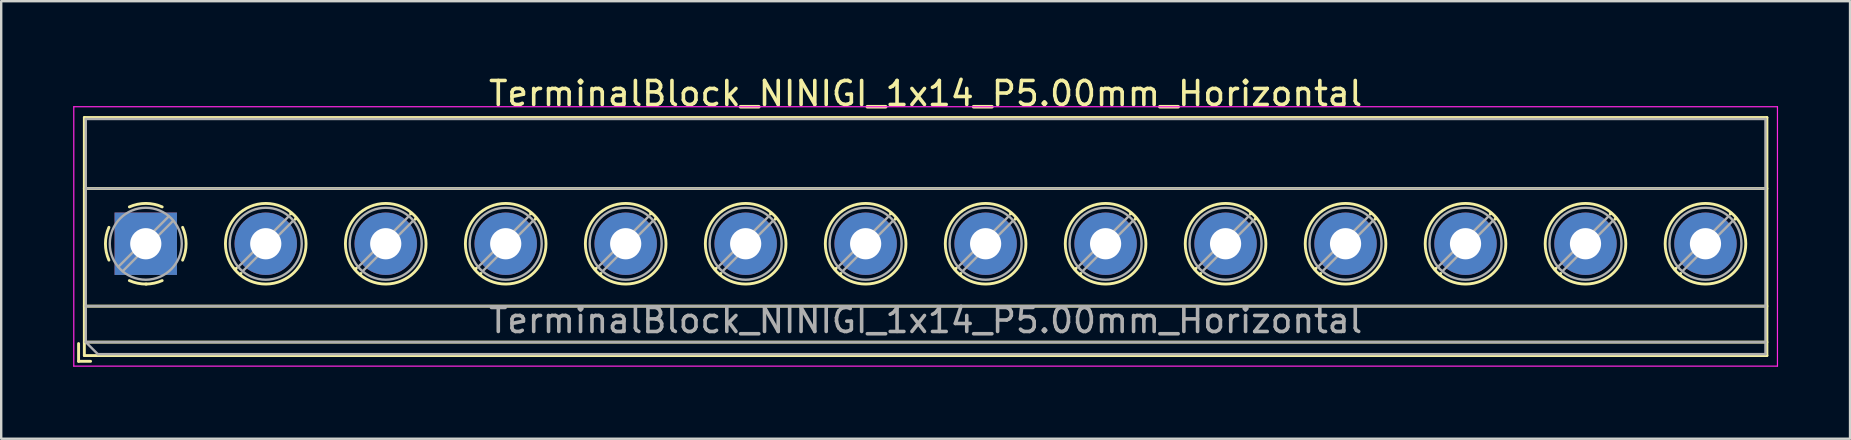
<source format=kicad_pcb>
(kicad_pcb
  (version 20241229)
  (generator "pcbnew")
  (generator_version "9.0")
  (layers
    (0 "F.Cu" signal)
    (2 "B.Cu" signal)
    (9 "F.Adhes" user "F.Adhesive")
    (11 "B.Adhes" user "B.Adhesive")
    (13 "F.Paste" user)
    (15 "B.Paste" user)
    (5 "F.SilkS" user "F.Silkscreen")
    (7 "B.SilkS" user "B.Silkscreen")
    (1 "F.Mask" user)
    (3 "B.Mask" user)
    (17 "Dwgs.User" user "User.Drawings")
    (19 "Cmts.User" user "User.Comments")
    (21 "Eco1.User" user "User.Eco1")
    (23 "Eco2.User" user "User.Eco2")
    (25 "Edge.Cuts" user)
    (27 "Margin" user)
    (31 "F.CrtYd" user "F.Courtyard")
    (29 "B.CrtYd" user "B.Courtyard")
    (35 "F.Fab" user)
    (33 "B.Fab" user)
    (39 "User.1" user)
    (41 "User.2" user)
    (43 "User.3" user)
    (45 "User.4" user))
  (footprint "TerminalBlock_NINIGI_1x14_P5.00mm_Horizontal"
    (layer "F.Cu")
    (at 3.025 7.108)
    (property "Reference" "TerminalBlock_NINIGI_1x14_P5.00mm_Horizontal" (at 32.5 -6.26 0) (layer "F.SilkS") (effects (font (size 1 1) (thickness 0.15))))
    (attr through_hole)
    (fp_line (start -2.8 4.16) (end -2.8 4.9) (stroke (width 0.12) (type solid)) (layer "F.SilkS"))
    (fp_line (start -2.8 4.9) (end -2.3 4.9) (stroke (width 0.12) (type solid)) (layer "F.SilkS"))
    (fp_line (start -2.56 -5.261) (end -2.56 4.66) (stroke (width 0.12) (type solid)) (layer "F.SilkS"))
    (fp_line (start -2.56 -5.261) (end 67.56 -5.261) (stroke (width 0.12) (type solid)) (layer "F.SilkS"))
    (fp_line (start -2.56 -2.301) (end 67.56 -2.301) (stroke (width 0.12) (type solid)) (layer "F.SilkS"))
    (fp_line (start -2.56 2.6) (end 67.56 2.6) (stroke (width 0.12) (type solid)) (layer "F.SilkS"))
    (fp_line (start -2.56 4.1) (end 67.56 4.1) (stroke (width 0.12) (type solid)) (layer "F.SilkS"))
    (fp_line (start -2.56 4.66) (end 67.56 4.66) (stroke (width 0.12) (type solid)) (layer "F.SilkS"))
    (fp_line (start 3.773 1.023) (end 3.726 1.069) (stroke (width 0.12) (type solid)) (layer "F.SilkS"))
    (fp_line (start 3.966 1.239) (end 3.931 1.274) (stroke (width 0.12) (type solid)) (layer "F.SilkS"))
    (fp_line (start 6.07 -1.275) (end 6.035 -1.239) (stroke (width 0.12) (type solid)) (layer "F.SilkS"))
    (fp_line (start 6.275 -1.069) (end 6.228 -1.023) (stroke (width 0.12) (type solid)) (layer "F.SilkS"))
    (fp_line (start 8.773 1.023) (end 8.726 1.069) (stroke (width 0.12) (type solid)) (layer "F.SilkS"))
    (fp_line (start 8.966 1.239) (end 8.931 1.274) (stroke (width 0.12) (type solid)) (layer "F.SilkS"))
    (fp_line (start 11.07 -1.275) (end 11.035 -1.239) (stroke (width 0.12) (type solid)) (layer "F.SilkS"))
    (fp_line (start 11.275 -1.069) (end 11.228 -1.023) (stroke (width 0.12) (type solid)) (layer "F.SilkS"))
    (fp_line (start 13.773 1.023) (end 13.726 1.069) (stroke (width 0.12) (type solid)) (layer "F.SilkS"))
    (fp_line (start 13.966 1.239) (end 13.931 1.274) (stroke (width 0.12) (type solid)) (layer "F.SilkS"))
    (fp_line (start 16.07 -1.275) (end 16.035 -1.239) (stroke (width 0.12) (type solid)) (layer "F.SilkS"))
    (fp_line (start 16.275 -1.069) (end 16.228 -1.023) (stroke (width 0.12) (type solid)) (layer "F.SilkS"))
    (fp_line (start 18.773 1.023) (end 18.726 1.069) (stroke (width 0.12) (type solid)) (layer "F.SilkS"))
    (fp_line (start 18.966 1.239) (end 18.931 1.274) (stroke (width 0.12) (type solid)) (layer "F.SilkS"))
    (fp_line (start 21.07 -1.275) (end 21.035 -1.239) (stroke (width 0.12) (type solid)) (layer "F.SilkS"))
    (fp_line (start 21.275 -1.069) (end 21.228 -1.023) (stroke (width 0.12) (type solid)) (layer "F.SilkS"))
    (fp_line (start 23.773 1.023) (end 23.726 1.069) (stroke (width 0.12) (type solid)) (layer "F.SilkS"))
    (fp_line (start 23.966 1.239) (end 23.931 1.274) (stroke (width 0.12) (type solid)) (layer "F.SilkS"))
    (fp_line (start 26.07 -1.275) (end 26.035 -1.239) (stroke (width 0.12) (type solid)) (layer "F.SilkS"))
    (fp_line (start 26.275 -1.069) (end 26.228 -1.023) (stroke (width 0.12) (type solid)) (layer "F.SilkS"))
    (fp_line (start 28.773 1.023) (end 28.726 1.069) (stroke (width 0.12) (type solid)) (layer "F.SilkS"))
    (fp_line (start 28.966 1.239) (end 28.931 1.274) (stroke (width 0.12) (type solid)) (layer "F.SilkS"))
    (fp_line (start 31.07 -1.275) (end 31.035 -1.239) (stroke (width 0.12) (type solid)) (layer "F.SilkS"))
    (fp_line (start 31.275 -1.069) (end 31.228 -1.023) (stroke (width 0.12) (type solid)) (layer "F.SilkS"))
    (fp_line (start 33.773 1.023) (end 33.726 1.069) (stroke (width 0.12) (type solid)) (layer "F.SilkS"))
    (fp_line (start 33.966 1.239) (end 33.931 1.274) (stroke (width 0.12) (type solid)) (layer "F.SilkS"))
    (fp_line (start 36.07 -1.275) (end 36.035 -1.239) (stroke (width 0.12) (type solid)) (layer "F.SilkS"))
    (fp_line (start 36.275 -1.069) (end 36.228 -1.023) (stroke (width 0.12) (type solid)) (layer "F.SilkS"))
    (fp_line (start 38.773 1.023) (end 38.726 1.069) (stroke (width 0.12) (type solid)) (layer "F.SilkS"))
    (fp_line (start 38.966 1.239) (end 38.931 1.274) (stroke (width 0.12) (type solid)) (layer "F.SilkS"))
    (fp_line (start 41.07 -1.275) (end 41.035 -1.239) (stroke (width 0.12) (type solid)) (layer "F.SilkS"))
    (fp_line (start 41.275 -1.069) (end 41.228 -1.023) (stroke (width 0.12) (type solid)) (layer "F.SilkS"))
    (fp_line (start 43.773 1.023) (end 43.726 1.069) (stroke (width 0.12) (type solid)) (layer "F.SilkS"))
    (fp_line (start 43.966 1.239) (end 43.931 1.274) (stroke (width 0.12) (type solid)) (layer "F.SilkS"))
    (fp_line (start 46.07 -1.275) (end 46.035 -1.239) (stroke (width 0.12) (type solid)) (layer "F.SilkS"))
    (fp_line (start 46.275 -1.069) (end 46.228 -1.023) (stroke (width 0.12) (type solid)) (layer "F.SilkS"))
    (fp_line (start 48.773 1.023) (end 48.726 1.069) (stroke (width 0.12) (type solid)) (layer "F.SilkS"))
    (fp_line (start 48.966 1.239) (end 48.931 1.274) (stroke (width 0.12) (type solid)) (layer "F.SilkS"))
    (fp_line (start 51.07 -1.275) (end 51.035 -1.239) (stroke (width 0.12) (type solid)) (layer "F.SilkS"))
    (fp_line (start 51.275 -1.069) (end 51.228 -1.023) (stroke (width 0.12) (type solid)) (layer "F.SilkS"))
    (fp_line (start 53.773 1.023) (end 53.726 1.069) (stroke (width 0.12) (type solid)) (layer "F.SilkS"))
    (fp_line (start 53.966 1.239) (end 53.931 1.274) (stroke (width 0.12) (type solid)) (layer "F.SilkS"))
    (fp_line (start 56.07 -1.275) (end 56.035 -1.239) (stroke (width 0.12) (type solid)) (layer "F.SilkS"))
    (fp_line (start 56.275 -1.069) (end 56.228 -1.023) (stroke (width 0.12) (type solid)) (layer "F.SilkS"))
    (fp_line (start 58.773 1.023) (end 58.726 1.069) (stroke (width 0.12) (type solid)) (layer "F.SilkS"))
    (fp_line (start 58.966 1.239) (end 58.931 1.274) (stroke (width 0.12) (type solid)) (layer "F.SilkS"))
    (fp_line (start 61.07 -1.275) (end 61.035 -1.239) (stroke (width 0.12) (type solid)) (layer "F.SilkS"))
    (fp_line (start 61.275 -1.069) (end 61.228 -1.023) (stroke (width 0.12) (type solid)) (layer "F.SilkS"))
    (fp_line (start 63.773 1.023) (end 63.726 1.069) (stroke (width 0.12) (type solid)) (layer "F.SilkS"))
    (fp_line (start 63.966 1.239) (end 63.931 1.274) (stroke (width 0.12) (type solid)) (layer "F.SilkS"))
    (fp_line (start 66.07 -1.275) (end 66.035 -1.239) (stroke (width 0.12) (type solid)) (layer "F.SilkS"))
    (fp_line (start 66.275 -1.069) (end 66.228 -1.023) (stroke (width 0.12) (type solid)) (layer "F.SilkS"))
    (fp_line (start 67.56 -5.261) (end 67.56 4.66) (stroke (width 0.12) (type solid)) (layer "F.SilkS"))
    (fp_arc (start -1.535427 0.683042) (mid -1.680501 -0.000524) (end -1.535 -0.684) (stroke (width 0.12) (type solid)) (layer "F.SilkS"))
    (fp_arc (start -0.683042 -1.535427) (mid 0.000524 -1.680501) (end 0.684 -1.535) (stroke (width 0.12) (type solid)) (layer "F.SilkS"))
    (fp_arc (start 0.028805 1.680253) (mid -0.335551 1.646659) (end -0.684 1.535) (stroke (width 0.12) (type solid)) (layer "F.SilkS"))
    (fp_arc (start 0.683318 1.534756) (mid 0.349292 1.643288) (end 0 1.68) (stroke (width 0.12) (type solid)) (layer "F.SilkS"))
    (fp_arc (start 1.535427 -0.683042) (mid 1.680501 0.000524) (end 1.535 0.684) (stroke (width 0.12) (type solid)) (layer "F.SilkS"))
    (fp_circle (center 5 0) (end 6.68 0) (stroke (width 0.12) (type solid)) (fill no) (layer "F.SilkS"))
    (fp_circle (center 10 0) (end 11.68 0) (stroke (width 0.12) (type solid)) (fill no) (layer "F.SilkS"))
    (fp_circle (center 15 0) (end 16.68 0) (stroke (width 0.12) (type solid)) (fill no) (layer "F.SilkS"))
    (fp_circle (center 20 0) (end 21.68 0) (stroke (width 0.12) (type solid)) (fill no) (layer "F.SilkS"))
    (fp_circle (center 25 0) (end 26.68 0) (stroke (width 0.12) (type solid)) (fill no) (layer "F.SilkS"))
    (fp_circle (center 30 0) (end 31.68 0) (stroke (width 0.12) (type solid)) (fill no) (layer "F.SilkS"))
    (fp_circle (center 35 0) (end 36.68 0) (stroke (width 0.12) (type solid)) (fill no) (layer "F.SilkS"))
    (fp_circle (center 40 0) (end 41.68 0) (stroke (width 0.12) (type solid)) (fill no) (layer "F.SilkS"))
    (fp_circle (center 45 0) (end 46.68 0) (stroke (width 0.12) (type solid)) (fill no) (layer "F.SilkS"))
    (fp_circle (center 50 0) (end 51.68 0) (stroke (width 0.12) (type solid)) (fill no) (layer "F.SilkS"))
    (fp_circle (center 55 0) (end 56.68 0) (stroke (width 0.12) (type solid)) (fill no) (layer "F.SilkS"))
    (fp_circle (center 60 0) (end 61.68 0) (stroke (width 0.12) (type solid)) (fill no) (layer "F.SilkS"))
    (fp_circle (center 65 0) (end 66.68 0) (stroke (width 0.12) (type solid)) (fill no) (layer "F.SilkS"))
    (fp_line (start -3 -5.71) (end -3 5.1) (stroke (width 0.05) (type solid)) (layer "F.CrtYd"))
    (fp_line (start -3 5.1) (end 68 5.1) (stroke (width 0.05) (type solid)) (layer "F.CrtYd"))
    (fp_line (start 68 -5.71) (end -3 -5.71) (stroke (width 0.05) (type solid)) (layer "F.CrtYd"))
    (fp_line (start 68 5.1) (end 68 -5.71) (stroke (width 0.05) (type solid)) (layer "F.CrtYd"))
    (fp_line (start -2.5 -5.2) (end 67.5 -5.2) (stroke (width 0.1) (type solid)) (layer "F.Fab"))
    (fp_line (start -2.5 -2.3) (end 67.5 -2.3) (stroke (width 0.1) (type solid)) (layer "F.Fab"))
    (fp_line (start -2.5 2.6) (end 67.5 2.6) (stroke (width 0.1) (type solid)) (layer "F.Fab"))
    (fp_line (start -2.5 4.1) (end -2.5 -5.2) (stroke (width 0.1) (type solid)) (layer "F.Fab"))
    (fp_line (start -2.5 4.1) (end 67.5 4.1) (stroke (width 0.1) (type solid)) (layer "F.Fab"))
    (fp_line (start -2 4.6) (end -2.5 4.1) (stroke (width 0.1) (type solid)) (layer "F.Fab"))
    (fp_line (start 0.955 -1.138) (end -1.138 0.955) (stroke (width 0.1) (type solid)) (layer "F.Fab"))
    (fp_line (start 1.138 -0.955) (end -0.955 1.138) (stroke (width 0.1) (type solid)) (layer "F.Fab"))
    (fp_line (start 5.955 -1.138) (end 3.863 0.955) (stroke (width 0.1) (type solid)) (layer "F.Fab"))
    (fp_line (start 6.138 -0.955) (end 4.046 1.138) (stroke (width 0.1) (type solid)) (layer "F.Fab"))
    (fp_line (start 10.955 -1.138) (end 8.863 0.955) (stroke (width 0.1) (type solid)) (layer "F.Fab"))
    (fp_line (start 11.138 -0.955) (end 9.046 1.138) (stroke (width 0.1) (type solid)) (layer "F.Fab"))
    (fp_line (start 15.955 -1.138) (end 13.863 0.955) (stroke (width 0.1) (type solid)) (layer "F.Fab"))
    (fp_line (start 16.138 -0.955) (end 14.046 1.138) (stroke (width 0.1) (type solid)) (layer "F.Fab"))
    (fp_line (start 20.955 -1.138) (end 18.863 0.955) (stroke (width 0.1) (type solid)) (layer "F.Fab"))
    (fp_line (start 21.138 -0.955) (end 19.046 1.138) (stroke (width 0.1) (type solid)) (layer "F.Fab"))
    (fp_line (start 25.955 -1.138) (end 23.863 0.955) (stroke (width 0.1) (type solid)) (layer "F.Fab"))
    (fp_line (start 26.138 -0.955) (end 24.046 1.138) (stroke (width 0.1) (type solid)) (layer "F.Fab"))
    (fp_line (start 30.955 -1.138) (end 28.863 0.955) (stroke (width 0.1) (type solid)) (layer "F.Fab"))
    (fp_line (start 31.138 -0.955) (end 29.046 1.138) (stroke (width 0.1) (type solid)) (layer "F.Fab"))
    (fp_line (start 35.955 -1.138) (end 33.863 0.955) (stroke (width 0.1) (type solid)) (layer "F.Fab"))
    (fp_line (start 36.138 -0.955) (end 34.046 1.138) (stroke (width 0.1) (type solid)) (layer "F.Fab"))
    (fp_line (start 40.955 -1.138) (end 38.863 0.955) (stroke (width 0.1) (type solid)) (layer "F.Fab"))
    (fp_line (start 41.138 -0.955) (end 39.046 1.138) (stroke (width 0.1) (type solid)) (layer "F.Fab"))
    (fp_line (start 45.955 -1.138) (end 43.863 0.955) (stroke (width 0.1) (type solid)) (layer "F.Fab"))
    (fp_line (start 46.138 -0.955) (end 44.046 1.138) (stroke (width 0.1) (type solid)) (layer "F.Fab"))
    (fp_line (start 50.955 -1.138) (end 48.863 0.955) (stroke (width 0.1) (type solid)) (layer "F.Fab"))
    (fp_line (start 51.138 -0.955) (end 49.046 1.138) (stroke (width 0.1) (type solid)) (layer "F.Fab"))
    (fp_line (start 55.955 -1.138) (end 53.863 0.955) (stroke (width 0.1) (type solid)) (layer "F.Fab"))
    (fp_line (start 56.138 -0.955) (end 54.046 1.138) (stroke (width 0.1) (type solid)) (layer "F.Fab"))
    (fp_line (start 60.955 -1.138) (end 58.863 0.955) (stroke (width 0.1) (type solid)) (layer "F.Fab"))
    (fp_line (start 61.138 -0.955) (end 59.046 1.138) (stroke (width 0.1) (type solid)) (layer "F.Fab"))
    (fp_line (start 65.955 -1.138) (end 63.863 0.955) (stroke (width 0.1) (type solid)) (layer "F.Fab"))
    (fp_line (start 66.138 -0.955) (end 64.046 1.138) (stroke (width 0.1) (type solid)) (layer "F.Fab"))
    (fp_line (start 67.5 -5.2) (end 67.5 4.6) (stroke (width 0.1) (type solid)) (layer "F.Fab"))
    (fp_line (start 67.5 4.6) (end -2 4.6) (stroke (width 0.1) (type solid)) (layer "F.Fab"))
    (fp_circle (center 0 0) (end 1.5 0) (stroke (width 0.1) (type solid)) (fill no) (layer "F.Fab"))
    (fp_circle (center 5 0) (end 6.5 0) (stroke (width 0.1) (type solid)) (fill no) (layer "F.Fab"))
    (fp_circle (center 10 0) (end 11.5 0) (stroke (width 0.1) (type solid)) (fill no) (layer "F.Fab"))
    (fp_circle (center 15 0) (end 16.5 0) (stroke (width 0.1) (type solid)) (fill no) (layer "F.Fab"))
    (fp_circle (center 20 0) (end 21.5 0) (stroke (width 0.1) (type solid)) (fill no) (layer "F.Fab"))
    (fp_circle (center 25 0) (end 26.5 0) (stroke (width 0.1) (type solid)) (fill no) (layer "F.Fab"))
    (fp_circle (center 30 0) (end 31.5 0) (stroke (width 0.1) (type solid)) (fill no) (layer "F.Fab"))
    (fp_circle (center 35 0) (end 36.5 0) (stroke (width 0.1) (type solid)) (fill no) (layer "F.Fab"))
    (fp_circle (center 40 0) (end 41.5 0) (stroke (width 0.1) (type solid)) (fill no) (layer "F.Fab"))
    (fp_circle (center 45 0) (end 46.5 0) (stroke (width 0.1) (type solid)) (fill no) (layer "F.Fab"))
    (fp_circle (center 50 0) (end 51.5 0) (stroke (width 0.1) (type solid)) (fill no) (layer "F.Fab"))
    (fp_circle (center 55 0) (end 56.5 0) (stroke (width 0.1) (type solid)) (fill no) (layer "F.Fab"))
    (fp_circle (center 60 0) (end 61.5 0) (stroke (width 0.1) (type solid)) (fill no) (layer "F.Fab"))
    (fp_circle (center 65 0) (end 66.5 0) (stroke (width 0.1) (type solid)) (fill no) (layer "F.Fab"))
    (fp_text user "${REFERENCE}" (at 32.5 3.2 0) (layer "F.Fab") (effects (font (size 1 1) (thickness 0.15))))
    (pad "1" thru_hole rect (at 0 0) (size 2.6 2.6) (drill 1.3) (layers "*.Cu" "*.Mask"))
    (pad "2" thru_hole circle (at 5 0) (size 2.6 2.6) (drill 1.3) (layers "*.Cu" "*.Mask"))
    (pad "3" thru_hole circle (at 10 0) (size 2.6 2.6) (drill 1.3) (layers "*.Cu" "*.Mask"))
    (pad "4" thru_hole circle (at 15 0) (size 2.6 2.6) (drill 1.3) (layers "*.Cu" "*.Mask"))
    (pad "5" thru_hole circle (at 20 0) (size 2.6 2.6) (drill 1.3) (layers "*.Cu" "*.Mask"))
    (pad "6" thru_hole circle (at 25 0) (size 2.6 2.6) (drill 1.3) (layers "*.Cu" "*.Mask"))
    (pad "7" thru_hole circle (at 30 0) (size 2.6 2.6) (drill 1.3) (layers "*.Cu" "*.Mask"))
    (pad "8" thru_hole circle (at 35 0) (size 2.6 2.6) (drill 1.3) (layers "*.Cu" "*.Mask"))
    (pad "9" thru_hole circle (at 40 0) (size 2.6 2.6) (drill 1.3) (layers "*.Cu" "*.Mask"))
    (pad "10" thru_hole circle (at 45 0) (size 2.6 2.6) (drill 1.3) (layers "*.Cu" "*.Mask"))
    (pad "11" thru_hole circle (at 50 0) (size 2.6 2.6) (drill 1.3) (layers "*.Cu" "*.Mask"))
    (pad "12" thru_hole circle (at 55 0) (size 2.6 2.6) (drill 1.3) (layers "*.Cu" "*.Mask"))
    (pad "13" thru_hole circle (at 60 0) (size 2.6 2.6) (drill 1.3) (layers "*.Cu" "*.Mask"))
    (pad "14" thru_hole circle (at 65 0) (size 2.6 2.6) (drill 1.3) (layers "*.Cu" "*.Mask")))
  (gr_rect
    (start -3 -3)
    (end 74.05 15.233)
    (stroke (width 0.1) (type default))
    (fill no)
    (layer "Edge.Cuts")))
</source>
